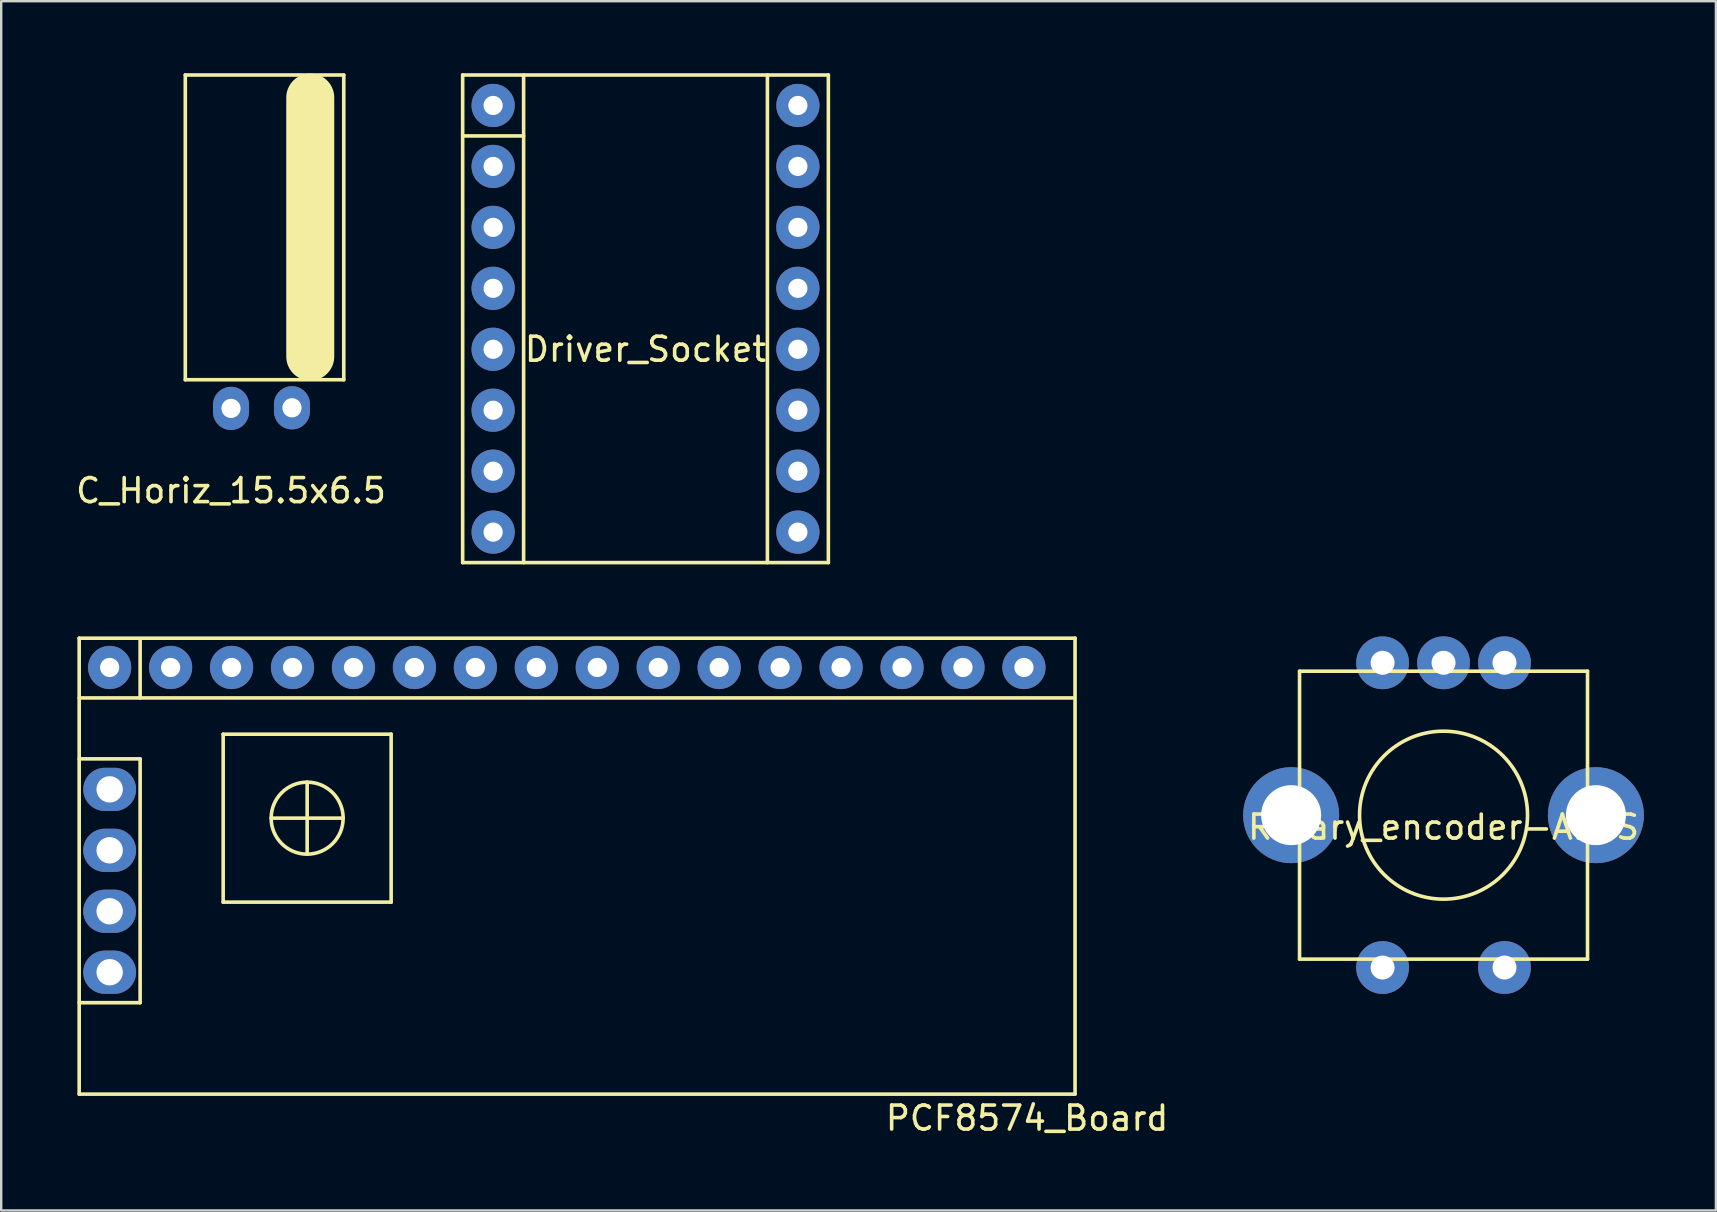
<source format=kicad_pcb>
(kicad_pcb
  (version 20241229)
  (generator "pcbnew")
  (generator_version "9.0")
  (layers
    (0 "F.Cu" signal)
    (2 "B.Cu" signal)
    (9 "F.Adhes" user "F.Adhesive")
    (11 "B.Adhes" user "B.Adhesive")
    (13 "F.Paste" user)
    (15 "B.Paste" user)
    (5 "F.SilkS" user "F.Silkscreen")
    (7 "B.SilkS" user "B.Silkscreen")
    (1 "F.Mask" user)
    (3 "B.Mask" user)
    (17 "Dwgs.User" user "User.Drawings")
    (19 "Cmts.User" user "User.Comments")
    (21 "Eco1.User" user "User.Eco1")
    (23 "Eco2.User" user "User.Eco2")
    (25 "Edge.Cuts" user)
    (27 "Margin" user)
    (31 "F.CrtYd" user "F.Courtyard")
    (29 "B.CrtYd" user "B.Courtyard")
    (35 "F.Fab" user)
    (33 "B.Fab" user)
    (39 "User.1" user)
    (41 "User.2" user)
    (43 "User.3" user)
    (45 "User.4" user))
  (footprint "Rotary_encoder-ALPS"
    (layer "F.Cu")
    (at 57.106 30.92)
    (property "Reference" "Rotary_encoder-ALPS" (at 0 0.5 0) (layer "F.SilkS") (effects (font (size 1 1) (thickness 0.15))))
    (attr through_hole)
    (fp_line (start -6 -6) (end 6 -6) (stroke (width 0.15) (type solid)) (layer "F.SilkS"))
    (fp_line (start -6 6) (end -6 -6) (stroke (width 0.15) (type solid)) (layer "F.SilkS"))
    (fp_line (start 6 -6) (end 6 6) (stroke (width 0.15) (type solid)) (layer "F.SilkS"))
    (fp_line (start 6 6) (end -6 6) (stroke (width 0.15) (type solid)) (layer "F.SilkS"))
    (fp_circle (center 0 0) (end 3.5 0) (stroke (width 0.15) (type solid)) (fill no) (layer "F.SilkS"))
    (pad "1" thru_hole circle (at 2.54 -6.35) (size 2.2 2.2) (drill 1) (layers "*.Cu" "*.Mask"))
    (pad "2" thru_hole circle (at -6.35 0) (size 4 4) (drill 2.5) (layers "*.Cu" "*.Mask"))
    (pad "2" thru_hole circle (at 0 -6.35) (size 2.2 2.2) (drill 1) (layers "*.Cu" "*.Mask"))
    (pad "3" thru_hole circle (at -2.54 -6.35) (size 2.2 2.2) (drill 1) (layers "*.Cu" "*.Mask"))
    (pad "4" thru_hole circle (at 2.54 6.35) (size 2.2 2.2) (drill 1) (layers "*.Cu" "*.Mask"))
    (pad "5" thru_hole circle (at -2.54 6.35) (size 2.2 2.2) (drill 1) (layers "*.Cu" "*.Mask"))
    (pad "5" thru_hole circle (at 6.35 0) (size 4 4) (drill 2.5) (layers "*.Cu" "*.Mask")))
  (footprint "PCF8574_Board"
    (layer "F.Cu")
    (at 0.25 42.545)
    (property "Reference" "PCF8574_Board" (at 39.5 1 0) (layer "F.SilkS") (effects (font (size 1 1) (thickness 0.15))))
    (attr through_hole)
    (fp_line (start 0 -19) (end 41.5 -19) (stroke (width 0.15) (type solid)) (layer "F.SilkS"))
    (fp_line (start 0 -16.51) (end 41.402 -16.51) (stroke (width 0.15) (type solid)) (layer "F.SilkS"))
    (fp_line (start 0 -13.97) (end 2.54 -13.97) (stroke (width 0.15) (type solid)) (layer "F.SilkS"))
    (fp_line (start 0 0) (end 0 -19) (stroke (width 0.15) (type solid)) (layer "F.SilkS"))
    (fp_line (start 2.54 -16.51) (end 2.54 -18.923) (stroke (width 0.15) (type solid)) (layer "F.SilkS"))
    (fp_line (start 2.54 -13.97) (end 2.54 -3.81) (stroke (width 0.15) (type solid)) (layer "F.SilkS"))
    (fp_line (start 2.54 -3.81) (end 0 -3.81) (stroke (width 0.15) (type solid)) (layer "F.SilkS"))
    (fp_line (start 6 -15) (end 13 -15) (stroke (width 0.15) (type solid)) (layer "F.SilkS"))
    (fp_line (start 6 -8) (end 6 -15) (stroke (width 0.15) (type solid)) (layer "F.SilkS"))
    (fp_line (start 8 -11.5) (end 11 -11.5) (stroke (width 0.15) (type solid)) (layer "F.SilkS"))
    (fp_line (start 9.5 -13) (end 9.5 -10) (stroke (width 0.15) (type solid)) (layer "F.SilkS"))
    (fp_line (start 13 -15) (end 13 -8) (stroke (width 0.15) (type solid)) (layer "F.SilkS"))
    (fp_line (start 13 -8) (end 6 -8) (stroke (width 0.15) (type solid)) (layer "F.SilkS"))
    (fp_line (start 41.5 -19) (end 41.5 0) (stroke (width 0.15) (type solid)) (layer "F.SilkS"))
    (fp_line (start 41.5 0) (end 0 0) (stroke (width 0.15) (type solid)) (layer "F.SilkS"))
    (fp_circle (center 9.5 -11.5) (end 11 -11.5) (stroke (width 0.15) (type solid)) (fill no) (layer "F.SilkS"))
    (pad "1" thru_hole circle (at 1.27 -17.78) (size 1.8 1.8) (drill 0.8) (layers "*.Cu" "*.Mask"))
    (pad "2" thru_hole circle (at 3.81 -17.78) (size 1.8 1.8) (drill 0.8) (layers "*.Cu" "*.Mask"))
    (pad "3" thru_hole circle (at 6.35 -17.78) (size 1.8 1.8) (drill 0.8) (layers "*.Cu" "*.Mask"))
    (pad "4" thru_hole circle (at 8.89 -17.78) (size 1.8 1.8) (drill 0.8) (layers "*.Cu" "*.Mask"))
    (pad "5" thru_hole circle (at 11.43 -17.78) (size 1.8 1.8) (drill 0.8) (layers "*.Cu" "*.Mask"))
    (pad "6" thru_hole circle (at 13.97 -17.78) (size 1.8 1.8) (drill 0.8) (layers "*.Cu" "*.Mask"))
    (pad "7" thru_hole circle (at 16.51 -17.78) (size 1.8 1.8) (drill 0.8) (layers "*.Cu" "*.Mask"))
    (pad "8" thru_hole circle (at 19.05 -17.78) (size 1.8 1.8) (drill 0.8) (layers "*.Cu" "*.Mask"))
    (pad "9" thru_hole circle (at 21.59 -17.78) (size 1.8 1.8) (drill 0.8) (layers "*.Cu" "*.Mask"))
    (pad "10" thru_hole circle (at 24.13 -17.78) (size 1.8 1.8) (drill 0.8) (layers "*.Cu" "*.Mask"))
    (pad "11" thru_hole circle (at 26.67 -17.78) (size 1.8 1.8) (drill 0.8) (layers "*.Cu" "*.Mask"))
    (pad "12" thru_hole circle (at 29.21 -17.78) (size 1.8 1.8) (drill 0.8) (layers "*.Cu" "*.Mask"))
    (pad "13" thru_hole circle (at 31.75 -17.78) (size 1.8 1.8) (drill 0.8) (layers "*.Cu" "*.Mask"))
    (pad "14" thru_hole circle (at 34.29 -17.78) (size 1.8 1.8) (drill 0.8) (layers "*.Cu" "*.Mask"))
    (pad "15" thru_hole circle (at 36.83 -17.78) (size 1.8 1.8) (drill 0.8) (layers "*.Cu" "*.Mask"))
    (pad "16" thru_hole circle (at 39.37 -17.78) (size 1.8 1.8) (drill 0.8) (layers "*.Cu" "*.Mask"))
    (pad "17" thru_hole oval (at 1.27 -5.08) (size 2.2 1.8) (drill 1.1) (layers "*.Cu" "*.Mask"))
    (pad "18" thru_hole oval (at 1.27 -7.62) (size 2.2 1.8) (drill 1.1) (layers "*.Cu" "*.Mask"))
    (pad "19" thru_hole oval (at 1.27 -10.16) (size 2.2 1.8) (drill 1.1) (layers "*.Cu" "*.Mask"))
    (pad "20" thru_hole oval (at 1.27 -12.7) (size 2.2 1.8) (drill 1.1) (layers "*.Cu" "*.Mask")))
  (footprint "C_Horiz_15.5x6.5"
    (layer "F.Cu")
    (at 6.577 13.969)
    (property "Reference" "C_Horiz_15.5x6.5" (at 0 3.429 0) (layer "F.SilkS") (effects (font (size 1 1) (thickness 0.15))))
    (attr through_hole)
    (fp_line (start -1.905 -13.894) (end -1.905 -1.194) (stroke (width 0.15) (type solid)) (layer "F.SilkS"))
    (fp_line (start -1.905 -1.194) (end 4.699 -1.194) (stroke (width 0.15) (type solid)) (layer "F.SilkS"))
    (fp_line (start 3.302 -12.954) (end 3.302 -2.159) (stroke (width 2) (type solid)) (layer "F.SilkS"))
    (fp_line (start 4.699 -13.894) (end -1.905 -13.894) (stroke (width 0.15) (type solid)) (layer "F.SilkS"))
    (fp_line (start 4.699 -1.194) (end 4.699 -13.894) (stroke (width 0.15) (type solid)) (layer "F.SilkS"))
    (pad "1" thru_hole oval (at 0 0) (size 1.5 1.8) (drill 0.8) (layers "*.Cu" "*.Mask"))
    (pad "2" thru_hole oval (at 2.54 -0.025) (size 1.5 1.8) (drill 0.8) (layers "*.Cu" "*.Mask")))
  (footprint "Driver_Socket"
    (layer "F.Cu")
    (at 23.85 10.235)
    (property "Reference" "Driver_Socket" (at 0 1.27 0) (layer "F.SilkS") (effects (font (size 1 1) (thickness 0.15))))
    (attr through_hole)
    (fp_line (start -7.62 -10.16) (end 7.62 -10.16) (stroke (width 0.15) (type solid)) (layer "F.SilkS"))
    (fp_line (start -7.62 -7.62) (end -5.08 -7.62) (stroke (width 0.15) (type solid)) (layer "F.SilkS"))
    (fp_line (start -7.62 10.16) (end -7.62 -10.16) (stroke (width 0.15) (type solid)) (layer "F.SilkS"))
    (fp_line (start -7.62 10.16) (end 7.62 10.16) (stroke (width 0.15) (type solid)) (layer "F.SilkS"))
    (fp_line (start -5.08 -10.16) (end -5.08 10.16) (stroke (width 0.15) (type solid)) (layer "F.SilkS"))
    (fp_line (start 5.08 10.16) (end 5.08 -10.16) (stroke (width 0.15) (type solid)) (layer "F.SilkS"))
    (fp_line (start 7.62 -10.16) (end 7.62 10.16) (stroke (width 0.15) (type solid)) (layer "F.SilkS"))
    (pad "1" thru_hole circle (at -6.35 -8.89) (size 1.8 1.8) (drill 0.8) (layers "*.Cu" "*.Mask"))
    (pad "2" thru_hole circle (at -6.35 -6.35) (size 1.8 1.8) (drill 0.8) (layers "*.Cu" "*.Mask"))
    (pad "3" thru_hole circle (at -6.35 -3.81) (size 1.8 1.8) (drill 0.8) (layers "*.Cu" "*.Mask"))
    (pad "4" thru_hole circle (at -6.35 -1.27) (size 1.8 1.8) (drill 0.8) (layers "*.Cu" "*.Mask"))
    (pad "5" thru_hole circle (at -6.35 1.27) (size 1.8 1.8) (drill 0.8) (layers "*.Cu" "*.Mask"))
    (pad "6" thru_hole circle (at -6.35 3.81) (size 1.8 1.8) (drill 0.8) (layers "*.Cu" "*.Mask"))
    (pad "7" thru_hole circle (at -6.35 6.35) (size 1.8 1.8) (drill 0.8) (layers "*.Cu" "*.Mask"))
    (pad "8" thru_hole circle (at -6.35 8.89) (size 1.8 1.8) (drill 0.8) (layers "*.Cu" "*.Mask"))
    (pad "9" thru_hole circle (at 6.35 -8.89) (size 1.8 1.8) (drill 0.8) (layers "*.Cu" "*.Mask"))
    (pad "10" thru_hole circle (at 6.35 -6.35) (size 1.8 1.8) (drill 0.8) (layers "*.Cu" "*.Mask"))
    (pad "11" thru_hole circle (at 6.35 -3.81) (size 1.8 1.8) (drill 0.8) (layers "*.Cu" "*.Mask"))
    (pad "12" thru_hole circle (at 6.35 -1.27) (size 1.8 1.8) (drill 0.8) (layers "*.Cu" "*.Mask"))
    (pad "13" thru_hole circle (at 6.35 1.27) (size 1.8 1.8) (drill 0.8) (layers "*.Cu" "*.Mask"))
    (pad "14" thru_hole circle (at 6.35 3.81) (size 1.8 1.8) (drill 0.8) (layers "*.Cu" "*.Mask"))
    (pad "15" thru_hole circle (at 6.35 6.35) (size 1.8 1.8) (drill 0.8) (layers "*.Cu" "*.Mask"))
    (pad "16" thru_hole circle (at 6.35 8.89) (size 1.8 1.8) (drill 0.8) (layers "*.Cu" "*.Mask")))
  (gr_rect
    (start -3 -3)
    (end 68.456 47.393)
    (stroke (width 0.1) (type default))
    (fill no)
    (layer "Edge.Cuts")))
</source>
